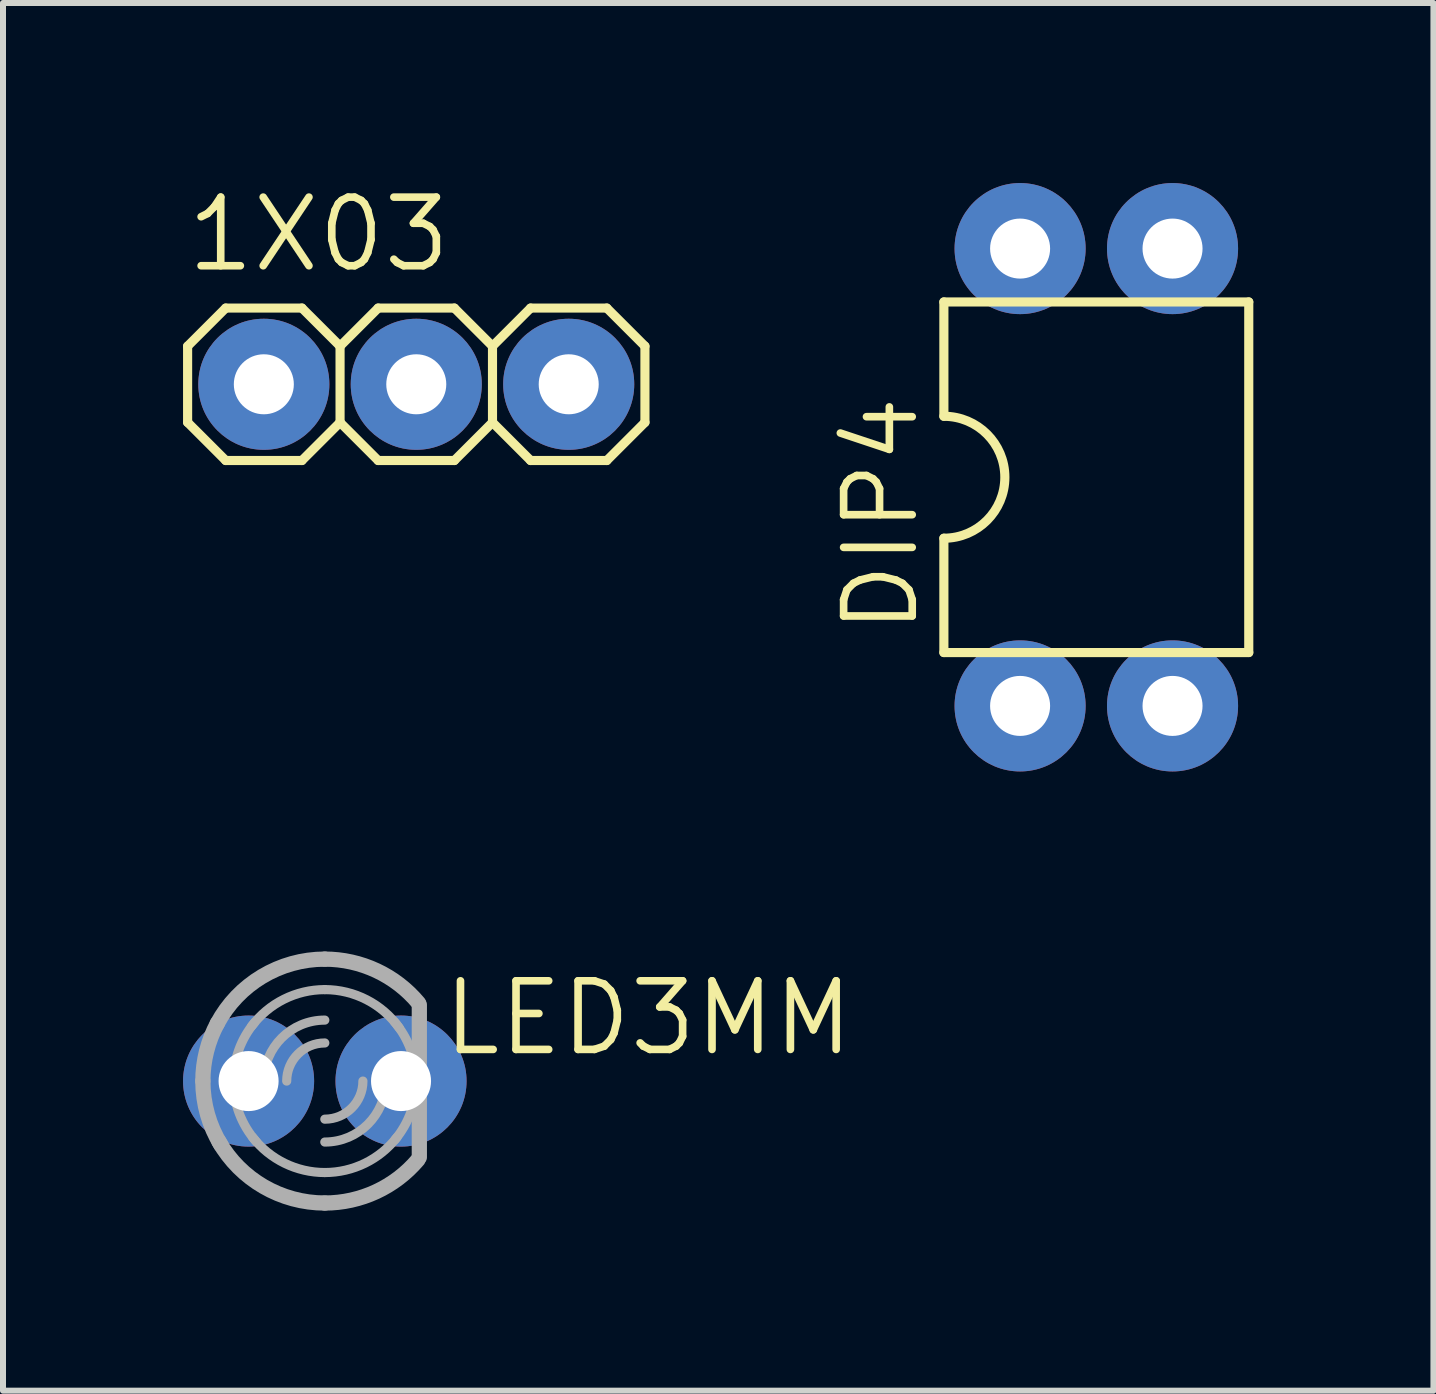
<source format=kicad_pcb>
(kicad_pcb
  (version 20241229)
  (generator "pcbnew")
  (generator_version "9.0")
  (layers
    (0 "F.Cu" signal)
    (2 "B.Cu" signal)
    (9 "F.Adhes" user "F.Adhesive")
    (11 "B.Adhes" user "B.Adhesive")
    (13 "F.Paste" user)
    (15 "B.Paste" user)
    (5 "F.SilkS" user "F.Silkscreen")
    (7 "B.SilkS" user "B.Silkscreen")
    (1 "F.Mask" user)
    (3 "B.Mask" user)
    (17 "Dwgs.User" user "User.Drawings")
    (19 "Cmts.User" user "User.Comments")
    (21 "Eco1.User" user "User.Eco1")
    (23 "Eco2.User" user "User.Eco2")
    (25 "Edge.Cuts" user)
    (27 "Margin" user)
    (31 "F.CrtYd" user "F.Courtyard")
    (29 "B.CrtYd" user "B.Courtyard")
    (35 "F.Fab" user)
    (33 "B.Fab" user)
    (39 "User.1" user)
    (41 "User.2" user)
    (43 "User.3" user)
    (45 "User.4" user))
  (footprint "1X03"
    (layer "F.Cu")
    (at 3.886 3.353)
    (property "Reference" "1X03" (at -3.886 -1.829 0) (layer "F.SilkS") (effects (font (size 1.143 1.143) (thickness 0.127)) (justify left bottom)))
    (fp_line (start -3.81 -0.635) (end -3.81 0.635) (stroke (width 0.152) (type solid)) (layer "F.SilkS"))
    (fp_line (start -3.81 0.635) (end -3.175 1.27) (stroke (width 0.152) (type solid)) (layer "F.SilkS"))
    (fp_line (start -3.175 -1.27) (end -3.81 -0.635) (stroke (width 0.152) (type solid)) (layer "F.SilkS"))
    (fp_line (start -3.175 -1.27) (end -1.905 -1.27) (stroke (width 0.152) (type solid)) (layer "F.SilkS"))
    (fp_line (start -1.905 -1.27) (end -1.27 -0.635) (stroke (width 0.152) (type solid)) (layer "F.SilkS"))
    (fp_line (start -1.905 1.27) (end -3.175 1.27) (stroke (width 0.152) (type solid)) (layer "F.SilkS"))
    (fp_line (start -1.27 -0.635) (end -1.27 0.635) (stroke (width 0.152) (type solid)) (layer "F.SilkS"))
    (fp_line (start -1.27 -0.635) (end -0.635 -1.27) (stroke (width 0.152) (type solid)) (layer "F.SilkS"))
    (fp_line (start -1.27 0.635) (end -1.905 1.27) (stroke (width 0.152) (type solid)) (layer "F.SilkS"))
    (fp_line (start -0.635 -1.27) (end 0.635 -1.27) (stroke (width 0.152) (type solid)) (layer "F.SilkS"))
    (fp_line (start -0.635 1.27) (end -1.27 0.635) (stroke (width 0.152) (type solid)) (layer "F.SilkS"))
    (fp_line (start 0.635 -1.27) (end 1.27 -0.635) (stroke (width 0.152) (type solid)) (layer "F.SilkS"))
    (fp_line (start 0.635 1.27) (end -0.635 1.27) (stroke (width 0.152) (type solid)) (layer "F.SilkS"))
    (fp_line (start 1.27 -0.635) (end 1.27 0.635) (stroke (width 0.152) (type solid)) (layer "F.SilkS"))
    (fp_line (start 1.27 -0.635) (end 1.905 -1.27) (stroke (width 0.152) (type solid)) (layer "F.SilkS"))
    (fp_line (start 1.27 0.635) (end 0.635 1.27) (stroke (width 0.152) (type solid)) (layer "F.SilkS"))
    (fp_line (start 1.905 -1.27) (end 3.175 -1.27) (stroke (width 0.152) (type solid)) (layer "F.SilkS"))
    (fp_line (start 1.905 1.27) (end 1.27 0.635) (stroke (width 0.152) (type solid)) (layer "F.SilkS"))
    (fp_line (start 3.175 -1.27) (end 3.81 -0.635) (stroke (width 0.152) (type solid)) (layer "F.SilkS"))
    (fp_line (start 3.175 1.27) (end 1.905 1.27) (stroke (width 0.152) (type solid)) (layer "F.SilkS"))
    (fp_line (start 3.81 -0.635) (end 3.81 0.635) (stroke (width 0.152) (type solid)) (layer "F.SilkS"))
    (fp_line (start 3.81 0.635) (end 3.175 1.27) (stroke (width 0.152) (type solid)) (layer "F.SilkS"))
    (fp_poly (pts (xy -2.794 0.254) (xy -2.286 0.254) (xy -2.286 -0.254) (xy -2.794 -0.254)) (stroke (width 0.1) (type solid)) (fill no) (layer "F.Fab"))
    (fp_poly (pts (xy -0.254 0.254) (xy 0.254 0.254) (xy 0.254 -0.254) (xy -0.254 -0.254)) (stroke (width 0.1) (type solid)) (fill no) (layer "F.Fab"))
    (fp_poly (pts (xy 2.286 0.254) (xy 2.794 0.254) (xy 2.794 -0.254) (xy 2.286 -0.254)) (stroke (width 0.1) (type solid)) (fill no) (layer "F.Fab"))
    (pad "1" thru_hole circle (at -2.54 0 90) (size 2.184 2.184) (drill 1) (layers "*.Cu" "*.Mask"))
    (pad "2" thru_hole circle (at 0 0 90) (size 2.184 2.184) (drill 1) (layers "*.Cu" "*.Mask"))
    (pad "3" thru_hole circle (at 2.54 0 90) (size 2.184 2.184) (drill 1) (layers "*.Cu" "*.Mask")))
  (footprint "LED3MM"
    (layer "F.Cu")
    (at 2.362 14.963)
    (property "Reference" "LED3MM" (at 1.905 -0.381 0) (layer "F.SilkS") (effects (font (size 1.143 1.143) (thickness 0.127)) (justify left bottom)))
    (fp_line (start 1.575 1.27) (end 1.575 -1.27) (stroke (width 0.254) (type solid)) (layer "F.Fab"))
    (fp_arc (start -2.032 0) (mid -1.970339 -0.496775) (end -1.7891 -0.9634) (stroke (width 0.254) (type solid)) (layer "F.Fab"))
    (fp_arc (start -1.7929 -0.9562) (mid -1.045447 -1.742414) (end 0 -2.032) (stroke (width 0.254) (type solid)) (layer "F.Fab"))
    (fp_arc (start -1.7306 1.065) (mid -1.95521 0.553417) (end -2.032 0) (stroke (width 0.254) (type solid)) (layer "F.Fab"))
    (fp_arc (start -1.524 0) (mid -1.432981 -0.518783) (end -1.1708 -0.9756) (stroke (width 0.1524) (type solid)) (layer "F.Fab"))
    (fp_arc (start -1.2192 -0.9144) (mid -0.681554 -1.363107) (end 0 -1.524) (stroke (width 0.1524) (type solid)) (layer "F.Fab"))
    (fp_arc (start -1.139099 1.0125) (mid -1.424546 0.541603) (end -1.524 0) (stroke (width 0.1524) (type solid)) (layer "F.Fab"))
    (fp_arc (start -1.016 0) (mid -0.71842 -0.71842) (end 0 -1.016) (stroke (width 0.1524) (type solid)) (layer "F.Fab"))
    (fp_arc (start -0.635 0) (mid -0.449013 -0.449013) (end 0 -0.635) (stroke (width 0.1524) (type solid)) (layer "F.Fab"))
    (fp_arc (start 0 -2.032) (mid 0.861864 -1.840173) (end 1.561 -1.3009) (stroke (width 0.254) (type solid)) (layer "F.Fab"))
    (fp_arc (start 0 -1.524) (mid 0.697339 -1.355082) (end 1.2401 -0.885801) (stroke (width 0.1524) (type solid)) (layer "F.Fab"))
    (fp_arc (start 0.000001 1.524) (mid -0.669597 1.369028) (end -1.203 0.9356) (stroke (width 0.1524) (type solid)) (layer "F.Fab"))
    (fp_arc (start 0.000001 2.032) (mid -1.01994 1.757552) (end -1.7643 1.0082) (stroke (width 0.254) (type solid)) (layer "F.Fab"))
    (fp_arc (start 0.635 0) (mid 0.449013 0.449013) (end 0 0.635) (stroke (width 0.1524) (type solid)) (layer "F.Fab"))
    (fp_arc (start 1.016 0) (mid 0.71842 0.71842) (end 0 1.016) (stroke (width 0.1524) (type solid)) (layer "F.Fab"))
    (fp_arc (start 1.1571 -0.9918) (mid 1.429332 -0.528744) (end 1.524 0) (stroke (width 0.1524) (type solid)) (layer "F.Fab"))
    (fp_arc (start 1.203 0.935599) (mid 0.669598 1.369027) (end 0 1.524) (stroke (width 0.1524) (type solid)) (layer "F.Fab"))
    (fp_arc (start 1.524 0) (mid 1.432981 0.518783) (end 1.1708 0.9756) (stroke (width 0.1524) (type solid)) (layer "F.Fab"))
    (fp_arc (start 1.5512 1.3126) (mid 0.854953 1.843405) (end 0 2.032) (stroke (width 0.254) (type solid)) (layer "F.Fab"))
    (pad "A" thru_hole circle (at -1.27 0) (size 2.184 2.184) (drill 1) (layers "*.Cu" "*.Mask"))
    (pad "K" thru_hole circle (at 1.27 0) (size 2.184 2.184) (drill 1) (layers "*.Cu" "*.Mask")))
  (footprint "DIP4"
    (layer "F.Cu")
    (at 15.217 4.902)
    (property "Reference" "DIP4" (at -2.921 2.667 90) (layer "F.SilkS") (effects (font (size 1.143 1.143) (thickness 0.127)) (justify left bottom)))
    (fp_line (start -2.54 -2.921) (end -2.54 -1.016) (stroke (width 0.152) (type solid)) (layer "F.SilkS"))
    (fp_line (start -2.54 2.921) (end -2.54 1.016) (stroke (width 0.152) (type solid)) (layer "F.SilkS"))
    (fp_line (start -2.54 2.921) (end 2.54 2.921) (stroke (width 0.152) (type solid)) (layer "F.SilkS"))
    (fp_line (start 2.54 -2.921) (end -2.54 -2.921) (stroke (width 0.152) (type solid)) (layer "F.SilkS"))
    (fp_line (start 2.54 -2.921) (end 2.54 2.921) (stroke (width 0.152) (type solid)) (layer "F.SilkS"))
    (fp_arc (start -2.54 -1.016) (mid -1.524 0) (end -2.54 1.016) (stroke (width 0.1524) (type solid)) (layer "F.SilkS"))
    (pad "1" thru_hole circle (at -1.27 3.81 90) (size 2.184 2.184) (drill 1) (layers "*.Cu" "*.Mask"))
    (pad "2" thru_hole circle (at 1.27 3.81 90) (size 2.184 2.184) (drill 1) (layers "*.Cu" "*.Mask"))
    (pad "3" thru_hole circle (at 1.27 -3.81 90) (size 2.184 2.184) (drill 1) (layers "*.Cu" "*.Mask"))
    (pad "4" thru_hole circle (at -1.27 -3.81 90) (size 2.184 2.184) (drill 1) (layers "*.Cu" "*.Mask")))
  (gr_rect
    (start -3 -3)
    (end 20.834 20.122)
    (stroke (width 0.1) (type default))
    (fill no)
    (layer "Edge.Cuts")))
</source>
